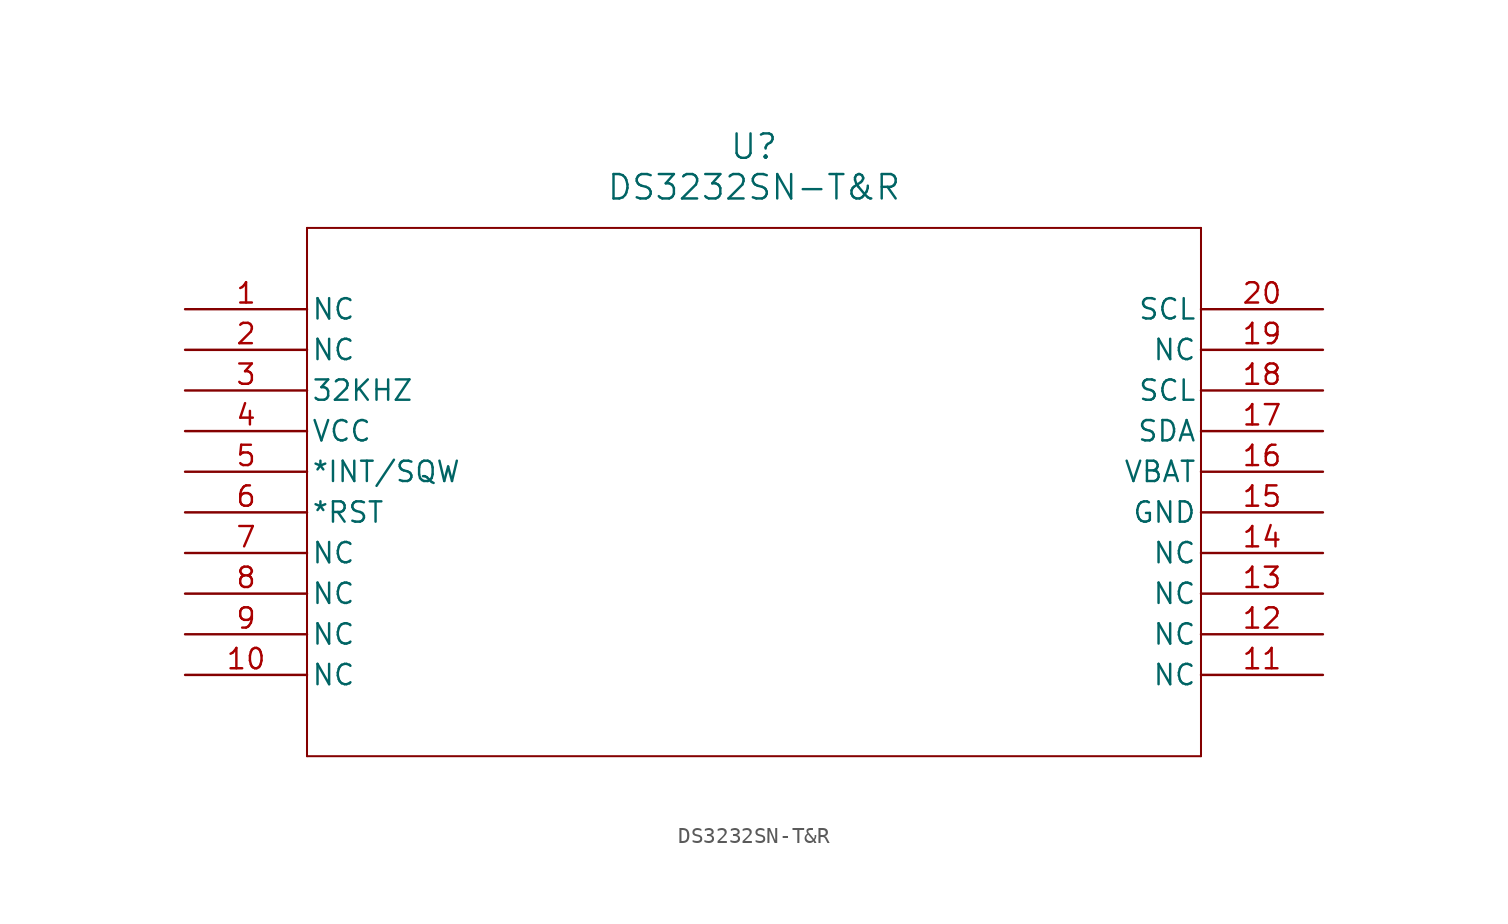
<source format=kicad_sym>
(kicad_symbol_lib
  (version 20211014)
  (generator kicad_symbol_editor)
  (symbol "DS3232SN-T&R"
    (pin_names
      (offset 0.254))
    (property "Reference" "U"
      (at 35.56 10.16 0)
      (effects (font (size 1.524 1.524))))
    (property "Value" "DS3232SN-T&R"
      (at 35.56 7.62 0)
      (effects (font (size 1.524 1.524))))
    (symbol "DS3232SN-T&R_0_1"
      (polyline (pts (xy 7.62 5.08) (xy 7.62 -27.94)) (stroke (width 0.127) (type default) (color 0 0 0 0)) (fill (type none)))
      (polyline (pts (xy 7.62 -27.94) (xy 63.5 -27.94)) (stroke (width 0.127) (type default) (color 0 0 0 0)) (fill (type none)))
      (polyline (pts (xy 63.5 -27.94) (xy 63.5 5.08)) (stroke (width 0.127) (type default) (color 0 0 0 0)) (fill (type none)))
      (polyline (pts (xy 63.5 5.08) (xy 7.62 5.08)) (stroke (width 0.127) (type default) (color 0 0 0 0)) (fill (type none)))
      (pin unspecified line (at 0 0 0) (length 7.62) (name "NC" (effects (font (size 1.27 1.27)))) (number "1" (effects (font (size 1.27 1.27)))))
      (pin unspecified line (at 0 -2.54 0) (length 7.62) (name "NC" (effects (font (size 1.27 1.27)))) (number "2" (effects (font (size 1.27 1.27)))))
      (pin unspecified line (at 0 -5.08 0) (length 7.62) (name "32KHZ" (effects (font (size 1.27 1.27)))) (number "3" (effects (font (size 1.27 1.27)))))
      (pin power_in line (at 0 -7.62 0) (length 7.62) (name "VCC" (effects (font (size 1.27 1.27)))) (number "4" (effects (font (size 1.27 1.27)))))
      (pin unspecified line (at 0 -10.16 0) (length 7.62) (name "*INT/SQW" (effects (font (size 1.27 1.27)))) (number "5" (effects (font (size 1.27 1.27)))))
      (pin unspecified line (at 0 -12.7 0) (length 7.62) (name "*RST" (effects (font (size 1.27 1.27)))) (number "6" (effects (font (size 1.27 1.27)))))
      (pin unspecified line (at 0 -15.24 0) (length 7.62) (name "NC" (effects (font (size 1.27 1.27)))) (number "7" (effects (font (size 1.27 1.27)))))
      (pin unspecified line (at 0 -17.78 0) (length 7.62) (name "NC" (effects (font (size 1.27 1.27)))) (number "8" (effects (font (size 1.27 1.27)))))
      (pin unspecified line (at 0 -20.32 0) (length 7.62) (name "NC" (effects (font (size 1.27 1.27)))) (number "9" (effects (font (size 1.27 1.27)))))
      (pin unspecified line (at 0 -22.86 0) (length 7.62) (name "NC" (effects (font (size 1.27 1.27)))) (number "10" (effects (font (size 1.27 1.27)))))
      (pin unspecified line (at 71.12 -22.86 180) (length 7.62) (name "NC" (effects (font (size 1.27 1.27)))) (number "11" (effects (font (size 1.27 1.27)))))
      (pin unspecified line (at 71.12 -20.32 180) (length 7.62) (name "NC" (effects (font (size 1.27 1.27)))) (number "12" (effects (font (size 1.27 1.27)))))
      (pin unspecified line (at 71.12 -17.78 180) (length 7.62) (name "NC" (effects (font (size 1.27 1.27)))) (number "13" (effects (font (size 1.27 1.27)))))
      (pin unspecified line (at 71.12 -15.24 180) (length 7.62) (name "NC" (effects (font (size 1.27 1.27)))) (number "14" (effects (font (size 1.27 1.27)))))
      (pin power_in line (at 71.12 -12.7 180) (length 7.62) (name "GND" (effects (font (size 1.27 1.27)))) (number "15" (effects (font (size 1.27 1.27)))))
      (pin power_in line (at 71.12 -10.16 180) (length 7.62) (name "VBAT" (effects (font (size 1.27 1.27)))) (number "16" (effects (font (size 1.27 1.27)))))
      (pin unspecified line (at 71.12 -7.62 180) (length 7.62) (name "SDA" (effects (font (size 1.27 1.27)))) (number "17" (effects (font (size 1.27 1.27)))))
      (pin unspecified line (at 71.12 -5.08 180) (length 7.62) (name "SCL" (effects (font (size 1.27 1.27)))) (number "18" (effects (font (size 1.27 1.27)))))
      (pin unspecified line (at 71.12 -2.54 180) (length 7.62) (name "NC" (effects (font (size 1.27 1.27)))) (number "19" (effects (font (size 1.27 1.27)))))
      (pin unspecified line (at 71.12 0 180) (length 7.62) (name "SCL" (effects (font (size 1.27 1.27)))) (number "20" (effects (font (size 1.27 1.27))))))))
</source>
